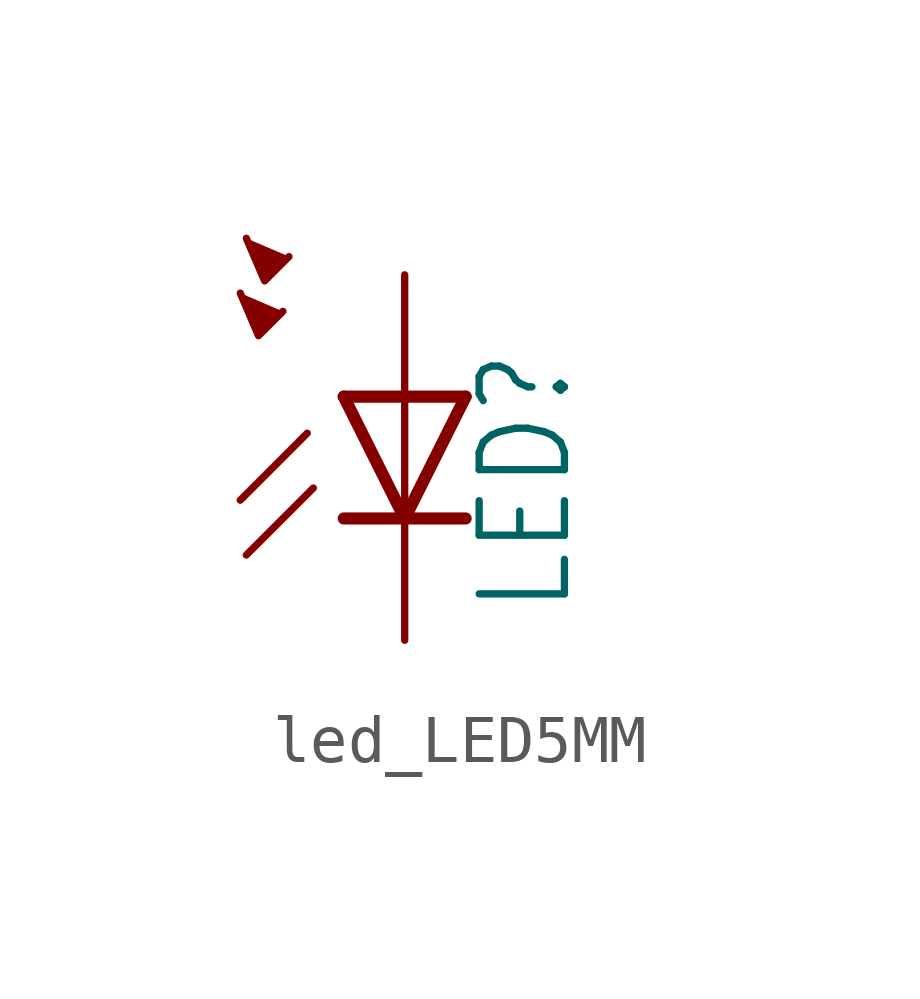
<source format=kicad_sym>
(kicad_symbol_lib
  (version 20241209)
  (generator "kicad_symbol_editor")
  (generator_version "9.0")
  (symbol "led_LED5MM"
    (property "Reference" "LED"
      (at 3.556 -4.572 90)
      (effects (font (size 1.778 1.511)) (justify left bottom)))
    (property "Value" ""
      (at 5.715 -4.572 90)
      (effects (font (size 1.778 1.511)) (justify left bottom)))
    (property "ki_locked" ""
      (at 0 0 0)
      (effects (font (size 1.27 1.27))))
    (symbol "led_LED5MM_1_0"
      (polyline (pts (xy -3.429 2.159) (xy -3.048 1.27) (xy -2.54 1.778)) (stroke (width 0.152) (type solid)) (fill (type outline)))
      (polyline (pts (xy -3.302 3.302) (xy -2.921 2.413) (xy -2.413 2.921)) (stroke (width 0.152) (type solid)) (fill (type outline)))
      (polyline (pts (xy -2.032 -0.762) (xy -3.429 -2.159)) (stroke (width 0.152) (type solid)) (fill (type none)))
      (polyline (pts (xy -1.905 -1.905) (xy -3.302 -3.302)) (stroke (width 0.152) (type solid)) (fill (type none)))
      (polyline (pts (xy 0 0) (xy -1.27 0)) (stroke (width 0.254) (type solid)) (fill (type none)))
      (polyline (pts (xy 0 0) (xy 0 -2.54)) (stroke (width 0.152) (type solid)) (fill (type none)))
      (polyline (pts (xy 0 -2.54) (xy -1.27 0)) (stroke (width 0.254) (type solid)) (fill (type none)))
      (polyline (pts (xy 0 -2.54) (xy -1.27 -2.54)) (stroke (width 0.254) (type solid)) (fill (type none)))
      (polyline (pts (xy 1.27 0) (xy 0 0)) (stroke (width 0.254) (type solid)) (fill (type none)))
      (polyline (pts (xy 1.27 0) (xy 0 -2.54)) (stroke (width 0.254) (type solid)) (fill (type none)))
      (polyline (pts (xy 1.27 -2.54) (xy 0 -2.54)) (stroke (width 0.254) (type solid)) (fill (type none)))
      (pin passive line (at 0 2.54 270) (length 2.54) (name "A" (effects (font (size 0 0)))) (number "A" (effects (font (size 0 0)))))
      (pin passive line (at 0 -5.08 90) (length 2.54) (name "C" (effects (font (size 0 0)))) (number "K" (effects (font (size 0 0))))))))
</source>
